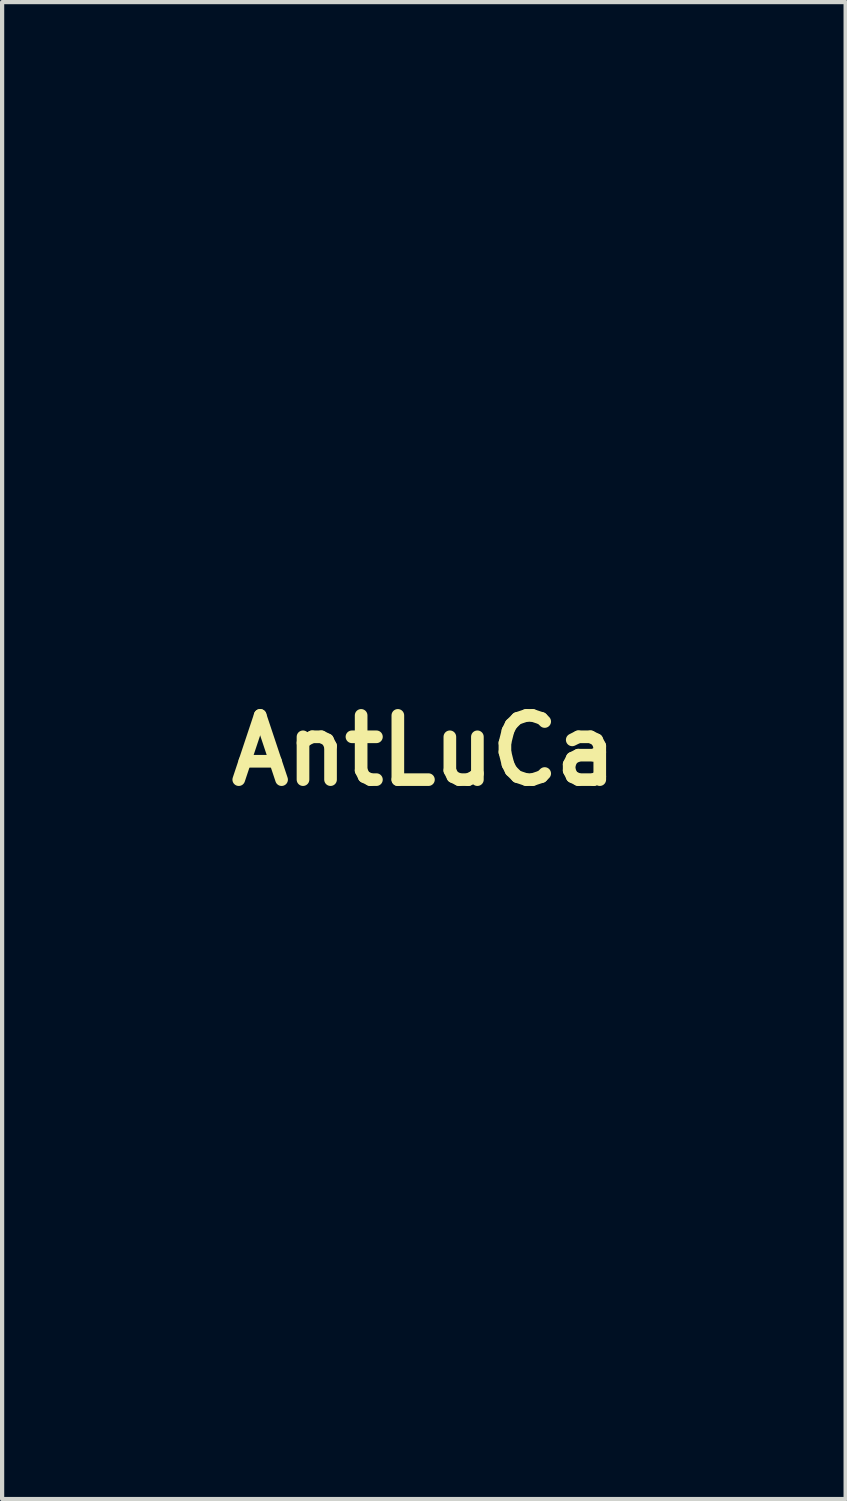
<source format=kicad_pcb>
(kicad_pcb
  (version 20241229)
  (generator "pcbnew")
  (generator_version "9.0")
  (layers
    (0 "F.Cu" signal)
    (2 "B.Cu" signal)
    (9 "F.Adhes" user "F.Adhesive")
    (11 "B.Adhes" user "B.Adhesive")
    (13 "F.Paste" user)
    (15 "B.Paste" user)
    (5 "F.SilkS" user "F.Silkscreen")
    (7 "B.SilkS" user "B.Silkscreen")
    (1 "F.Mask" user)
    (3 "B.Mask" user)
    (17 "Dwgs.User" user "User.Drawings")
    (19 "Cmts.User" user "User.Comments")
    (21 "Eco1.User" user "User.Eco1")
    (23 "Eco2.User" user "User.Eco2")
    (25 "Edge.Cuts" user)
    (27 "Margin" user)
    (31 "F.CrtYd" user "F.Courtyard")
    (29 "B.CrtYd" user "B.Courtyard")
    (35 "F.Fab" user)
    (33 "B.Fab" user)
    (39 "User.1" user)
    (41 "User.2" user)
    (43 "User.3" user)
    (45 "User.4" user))
  (footprint "AntLuCa"
    (layer "F.Cu")
    (at 7.004 14.754)
    (property "Reference" "AntLuCa" (at 0 0 0) (layer "F.SilkS") (effects (font (size 1.524 1.524) (thickness 0.3))))
    (attr through_hole)
    (fp_poly (pts (xy -1.749 -0.5) (xy 7 -0.5) (xy 7 0.5) (xy -1.749 0.5) (xy -1.749 8.001) (xy -2.249 8.001) (xy -2.249 -8.001) (xy -1.749 -8.001) (xy -1.749 -0.5)) (stroke (width 0.01) (type solid)) (fill no) (layer "Eco2.User"))
    (fp_poly (pts (xy 2.389 -11.379) (xy 2.419 -11.375) (xy 2.449 -11.369) (xy 2.478 -11.361) (xy 2.499 -11.354) (xy 2.527 -11.341) (xy 2.554 -11.327) (xy 2.58 -11.31) (xy 2.604 -11.292) (xy 2.626 -11.271) (xy 2.647 -11.249) (xy 2.666 -11.226) (xy 2.683 -11.201) (xy 2.698 -11.175) (xy 2.711 -11.147) (xy 2.722 -11.118) (xy 2.73 -11.088) (xy 2.73 -11.087) (xy 2.733 -11.075) (xy 2.735 -11.064) (xy 2.737 -11.053) (xy 2.738 -11.042) (xy 2.739 -11.031) (xy 2.74 -11.018) (xy 2.74 -11.003) (xy 2.74 -11) (xy 2.74 -10.986) (xy 2.739 -10.974) (xy 2.739 -10.964) (xy 2.738 -10.955) (xy 2.737 -10.946) (xy 2.736 -10.937) (xy 2.734 -10.927) (xy 2.732 -10.92) (xy 2.724 -10.889) (xy 2.714 -10.86) (xy 2.702 -10.832) (xy 2.687 -10.805) (xy 2.671 -10.779) (xy 2.652 -10.755) (xy 2.631 -10.732) (xy 2.609 -10.711) (xy 2.59 -10.696) (xy 2.565 -10.678) (xy 2.538 -10.663) (xy 2.51 -10.65) (xy 2.481 -10.639) (xy 2.452 -10.63) (xy 2.421 -10.624) (xy 2.402 -10.621) (xy 2.393 -10.62) (xy 2.382 -10.62) (xy 2.37 -10.619) (xy 2.357 -10.619) (xy 2.344 -10.62) (xy 2.332 -10.62) (xy 2.322 -10.621) (xy 2.316 -10.621) (xy 2.286 -10.626) (xy 2.256 -10.633) (xy 2.227 -10.643) (xy 2.199 -10.655) (xy 2.172 -10.669) (xy 2.146 -10.685) (xy 2.122 -10.703) (xy 2.099 -10.723) (xy 2.078 -10.744) (xy 2.058 -10.768) (xy 2.04 -10.793) (xy 2.027 -10.816) (xy 2.013 -10.843) (xy 2.002 -10.871) (xy 1.993 -10.9) (xy 1.986 -10.929) (xy 1.982 -10.959) (xy 1.98 -10.99) (xy 1.98 -10.99) (xy 2.106 -10.99) (xy 2.108 -10.965) (xy 2.113 -10.941) (xy 2.12 -10.917) (xy 2.129 -10.894) (xy 2.141 -10.871) (xy 2.144 -10.866) (xy 2.157 -10.847) (xy 2.172 -10.829) (xy 2.188 -10.813) (xy 2.206 -10.797) (xy 2.225 -10.784) (xy 2.232 -10.78) (xy 2.254 -10.768) (xy 2.277 -10.759) (xy 2.3 -10.752) (xy 2.325 -10.748) (xy 2.349 -10.745) (xy 2.374 -10.745) (xy 2.385 -10.746) (xy 2.41 -10.75) (xy 2.434 -10.756) (xy 2.457 -10.764) (xy 2.479 -10.775) (xy 2.5 -10.787) (xy 2.52 -10.802) (xy 2.538 -10.818) (xy 2.555 -10.836) (xy 2.57 -10.855) (xy 2.582 -10.876) (xy 2.593 -10.898) (xy 2.601 -10.917) (xy 2.608 -10.942) (xy 2.612 -10.966) (xy 2.614 -10.991) (xy 2.614 -11.016) (xy 2.611 -11.041) (xy 2.606 -11.065) (xy 2.598 -11.089) (xy 2.588 -11.112) (xy 2.585 -11.118) (xy 2.572 -11.14) (xy 2.557 -11.16) (xy 2.541 -11.178) (xy 2.522 -11.195) (xy 2.503 -11.21) (xy 2.481 -11.223) (xy 2.459 -11.233) (xy 2.436 -11.242) (xy 2.422 -11.246) (xy 2.398 -11.251) (xy 2.373 -11.253) (xy 2.349 -11.253) (xy 2.324 -11.251) (xy 2.3 -11.246) (xy 2.299 -11.246) (xy 2.274 -11.239) (xy 2.251 -11.229) (xy 2.229 -11.217) (xy 2.208 -11.203) (xy 2.189 -11.187) (xy 2.184 -11.182) (xy 2.168 -11.165) (xy 2.154 -11.148) (xy 2.142 -11.129) (xy 2.132 -11.111) (xy 2.122 -11.088) (xy 2.114 -11.064) (xy 2.109 -11.039) (xy 2.106 -11.015) (xy 2.106 -10.99) (xy 1.98 -10.99) (xy 1.98 -11.02) (xy 1.983 -11.05) (xy 1.985 -11.063) (xy 1.991 -11.093) (xy 2 -11.122) (xy 2.011 -11.15) (xy 2.024 -11.177) (xy 2.039 -11.203) (xy 2.056 -11.228) (xy 2.075 -11.251) (xy 2.096 -11.273) (xy 2.118 -11.293) (xy 2.142 -11.311) (xy 2.167 -11.327) (xy 2.194 -11.342) (xy 2.222 -11.354) (xy 2.24 -11.36) (xy 2.269 -11.369) (xy 2.298 -11.375) (xy 2.328 -11.378) (xy 2.359 -11.38) (xy 2.389 -11.379)) (stroke (width 0.01) (type solid)) (fill no) (layer "Eco2.User"))
    (fp_poly (pts (xy 2.394 -12.648) (xy 2.423 -12.644) (xy 2.452 -12.638) (xy 2.481 -12.63) (xy 2.509 -12.62) (xy 2.536 -12.607) (xy 2.562 -12.592) (xy 2.587 -12.575) (xy 2.61 -12.556) (xy 2.633 -12.535) (xy 2.654 -12.511) (xy 2.672 -12.487) (xy 2.689 -12.461) (xy 2.703 -12.434) (xy 2.715 -12.406) (xy 2.725 -12.377) (xy 2.733 -12.346) (xy 2.737 -12.323) (xy 2.738 -12.314) (xy 2.739 -12.302) (xy 2.74 -12.29) (xy 2.74 -12.276) (xy 2.74 -12.262) (xy 2.74 -12.249) (xy 2.739 -12.237) (xy 2.738 -12.226) (xy 2.738 -12.219) (xy 2.732 -12.187) (xy 2.724 -12.157) (xy 2.713 -12.128) (xy 2.701 -12.1) (xy 2.686 -12.073) (xy 2.67 -12.048) (xy 2.651 -12.024) (xy 2.631 -12.002) (xy 2.609 -11.981) (xy 2.585 -11.962) (xy 2.559 -11.945) (xy 2.532 -11.93) (xy 2.528 -11.928) (xy 2.507 -11.918) (xy 2.488 -11.911) (xy 2.467 -11.904) (xy 2.454 -11.901) (xy 2.441 -11.897) (xy 2.43 -11.895) (xy 2.419 -11.893) (xy 2.408 -11.892) (xy 2.396 -11.891) (xy 2.384 -11.89) (xy 2.369 -11.89) (xy 2.365 -11.89) (xy 2.356 -11.89) (xy 2.347 -11.89) (xy 2.34 -11.89) (xy 2.333 -11.89) (xy 2.329 -11.89) (xy 2.327 -11.89) (xy 2.299 -11.894) (xy 2.274 -11.899) (xy 2.251 -11.905) (xy 2.228 -11.912) (xy 2.206 -11.921) (xy 2.197 -11.925) (xy 2.169 -11.94) (xy 2.143 -11.957) (xy 2.119 -11.975) (xy 2.096 -11.995) (xy 2.075 -12.017) (xy 2.056 -12.041) (xy 2.039 -12.065) (xy 2.024 -12.092) (xy 2.011 -12.119) (xy 2 -12.148) (xy 1.991 -12.177) (xy 1.985 -12.208) (xy 1.984 -12.215) (xy 1.982 -12.227) (xy 1.981 -12.24) (xy 1.98 -12.255) (xy 1.98 -12.261) (xy 2.106 -12.261) (xy 2.108 -12.237) (xy 2.112 -12.213) (xy 2.119 -12.189) (xy 2.128 -12.166) (xy 2.139 -12.144) (xy 2.153 -12.123) (xy 2.166 -12.105) (xy 2.183 -12.087) (xy 2.201 -12.071) (xy 2.221 -12.057) (xy 2.242 -12.044) (xy 2.264 -12.034) (xy 2.287 -12.026) (xy 2.311 -12.02) (xy 2.335 -12.016) (xy 2.36 -12.015) (xy 2.384 -12.016) (xy 2.385 -12.016) (xy 2.41 -12.02) (xy 2.434 -12.026) (xy 2.457 -12.034) (xy 2.479 -12.045) (xy 2.5 -12.057) (xy 2.52 -12.072) (xy 2.539 -12.088) (xy 2.555 -12.106) (xy 2.561 -12.114) (xy 2.576 -12.135) (xy 2.588 -12.157) (xy 2.598 -12.18) (xy 2.606 -12.204) (xy 2.609 -12.218) (xy 2.613 -12.243) (xy 2.614 -12.268) (xy 2.613 -12.292) (xy 2.61 -12.317) (xy 2.604 -12.341) (xy 2.596 -12.364) (xy 2.585 -12.387) (xy 2.573 -12.409) (xy 2.558 -12.429) (xy 2.547 -12.442) (xy 2.534 -12.454) (xy 2.52 -12.467) (xy 2.505 -12.478) (xy 2.49 -12.488) (xy 2.487 -12.49) (xy 2.465 -12.501) (xy 2.442 -12.51) (xy 2.418 -12.517) (xy 2.394 -12.521) (xy 2.369 -12.523) (xy 2.345 -12.523) (xy 2.32 -12.52) (xy 2.298 -12.516) (xy 2.274 -12.508) (xy 2.251 -12.499) (xy 2.229 -12.487) (xy 2.209 -12.473) (xy 2.189 -12.457) (xy 2.184 -12.452) (xy 2.168 -12.436) (xy 2.154 -12.418) (xy 2.142 -12.4) (xy 2.132 -12.381) (xy 2.122 -12.358) (xy 2.115 -12.334) (xy 2.109 -12.31) (xy 2.106 -12.286) (xy 2.106 -12.261) (xy 1.98 -12.261) (xy 1.98 -12.27) (xy 1.98 -12.284) (xy 1.981 -12.296) (xy 1.981 -12.301) (xy 1.985 -12.331) (xy 1.991 -12.361) (xy 1.999 -12.39) (xy 2.002 -12.398) (xy 2.006 -12.408) (xy 2.011 -12.42) (xy 2.017 -12.433) (xy 2.024 -12.446) (xy 2.03 -12.458) (xy 2.036 -12.469) (xy 2.042 -12.478) (xy 2.042 -12.478) (xy 2.061 -12.504) (xy 2.081 -12.527) (xy 2.103 -12.549) (xy 2.126 -12.569) (xy 2.151 -12.587) (xy 2.177 -12.603) (xy 2.205 -12.616) (xy 2.216 -12.621) (xy 2.245 -12.632) (xy 2.275 -12.64) (xy 2.304 -12.646) (xy 2.334 -12.649) (xy 2.364 -12.65) (xy 2.394 -12.648)) (stroke (width 0.01) (type solid)) (fill no) (layer "Eco2.User"))
    (fp_poly (pts (xy 2.389 -10.109) (xy 2.419 -10.105) (xy 2.449 -10.099) (xy 2.478 -10.091) (xy 2.499 -10.084) (xy 2.527 -10.071) (xy 2.554 -10.057) (xy 2.58 -10.04) (xy 2.604 -10.022) (xy 2.626 -10.001) (xy 2.647 -9.979) (xy 2.666 -9.956) (xy 2.683 -9.931) (xy 2.698 -9.905) (xy 2.711 -9.877) (xy 2.722 -9.848) (xy 2.73 -9.818) (xy 2.73 -9.817) (xy 2.733 -9.805) (xy 2.735 -9.794) (xy 2.737 -9.783) (xy 2.738 -9.772) (xy 2.739 -9.761) (xy 2.74 -9.748) (xy 2.74 -9.733) (xy 2.74 -9.73) (xy 2.74 -9.716) (xy 2.739 -9.704) (xy 2.739 -9.694) (xy 2.738 -9.685) (xy 2.737 -9.676) (xy 2.736 -9.667) (xy 2.734 -9.657) (xy 2.733 -9.652) (xy 2.725 -9.621) (xy 2.715 -9.592) (xy 2.703 -9.565) (xy 2.689 -9.538) (xy 2.673 -9.513) (xy 2.655 -9.489) (xy 2.636 -9.467) (xy 2.615 -9.446) (xy 2.592 -9.428) (xy 2.568 -9.41) (xy 2.542 -9.395) (xy 2.515 -9.382) (xy 2.488 -9.371) (xy 2.459 -9.362) (xy 2.429 -9.355) (xy 2.398 -9.351) (xy 2.397 -9.351) (xy 2.392 -9.35) (xy 2.385 -9.35) (xy 2.377 -9.35) (xy 2.368 -9.35) (xy 2.359 -9.349) (xy 2.35 -9.349) (xy 2.342 -9.35) (xy 2.335 -9.35) (xy 2.33 -9.35) (xy 2.328 -9.35) (xy 2.325 -9.35) (xy 2.321 -9.351) (xy 2.315 -9.352) (xy 2.313 -9.352) (xy 2.293 -9.355) (xy 2.273 -9.359) (xy 2.252 -9.365) (xy 2.232 -9.371) (xy 2.217 -9.377) (xy 2.189 -9.39) (xy 2.162 -9.404) (xy 2.137 -9.421) (xy 2.113 -9.44) (xy 2.091 -9.461) (xy 2.07 -9.483) (xy 2.051 -9.507) (xy 2.035 -9.532) (xy 2.02 -9.559) (xy 2.007 -9.587) (xy 2 -9.606) (xy 1.992 -9.636) (xy 1.985 -9.666) (xy 1.981 -9.696) (xy 1.98 -9.717) (xy 2.106 -9.717) (xy 2.109 -9.693) (xy 2.113 -9.669) (xy 2.121 -9.645) (xy 2.13 -9.621) (xy 2.142 -9.599) (xy 2.144 -9.596) (xy 2.157 -9.577) (xy 2.172 -9.559) (xy 2.189 -9.542) (xy 2.207 -9.527) (xy 2.226 -9.513) (xy 2.246 -9.502) (xy 2.254 -9.499) (xy 2.269 -9.492) (xy 2.285 -9.487) (xy 2.302 -9.482) (xy 2.319 -9.478) (xy 2.334 -9.476) (xy 2.346 -9.476) (xy 2.359 -9.475) (xy 2.372 -9.475) (xy 2.385 -9.476) (xy 2.385 -9.476) (xy 2.41 -9.48) (xy 2.434 -9.486) (xy 2.458 -9.495) (xy 2.48 -9.505) (xy 2.502 -9.518) (xy 2.521 -9.533) (xy 2.54 -9.55) (xy 2.557 -9.568) (xy 2.572 -9.589) (xy 2.575 -9.593) (xy 2.586 -9.613) (xy 2.596 -9.634) (xy 2.603 -9.656) (xy 2.609 -9.679) (xy 2.613 -9.702) (xy 2.614 -9.725) (xy 2.614 -9.747) (xy 2.614 -9.748) (xy 2.61 -9.774) (xy 2.605 -9.799) (xy 2.597 -9.822) (xy 2.587 -9.845) (xy 2.575 -9.866) (xy 2.56 -9.886) (xy 2.543 -9.906) (xy 2.541 -9.908) (xy 2.522 -9.925) (xy 2.503 -9.94) (xy 2.482 -9.952) (xy 2.46 -9.963) (xy 2.438 -9.971) (xy 2.415 -9.978) (xy 2.391 -9.982) (xy 2.368 -9.983) (xy 2.344 -9.983) (xy 2.32 -9.98) (xy 2.297 -9.976) (xy 2.274 -9.968) (xy 2.251 -9.959) (xy 2.23 -9.947) (xy 2.209 -9.933) (xy 2.208 -9.933) (xy 2.191 -9.919) (xy 2.174 -9.903) (xy 2.16 -9.885) (xy 2.146 -9.866) (xy 2.135 -9.847) (xy 2.131 -9.839) (xy 2.121 -9.815) (xy 2.114 -9.791) (xy 2.109 -9.767) (xy 2.106 -9.742) (xy 2.106 -9.717) (xy 1.98 -9.717) (xy 1.98 -9.727) (xy 1.981 -9.758) (xy 1.984 -9.788) (xy 1.985 -9.793) (xy 1.991 -9.823) (xy 2 -9.852) (xy 2.011 -9.88) (xy 2.024 -9.908) (xy 2.039 -9.933) (xy 2.056 -9.958) (xy 2.075 -9.981) (xy 2.096 -10.003) (xy 2.118 -10.023) (xy 2.142 -10.041) (xy 2.167 -10.057) (xy 2.194 -10.072) (xy 2.222 -10.084) (xy 2.239 -10.09) (xy 2.268 -10.099) (xy 2.298 -10.105) (xy 2.328 -10.108) (xy 2.359 -10.11) (xy 2.389 -10.109)) (stroke (width 0.01) (type solid)) (fill no) (layer "Eco2.User"))
    (fp_poly (pts (xy 7 -0.599) (xy -1.5 -0.599) (xy -1.5 -9.175) (xy -1.239 -9.175) (xy -1.206 -9.175) (xy -1.175 -9.175) (xy -1.146 -9.175) (xy -1.119 -9.175) (xy -1.094 -9.175) (xy -1.071 -9.176) (xy -1.05 -9.176) (xy -1.031 -9.176) (xy -1.015 -9.176) (xy -1.001 -9.176) (xy -0.989 -9.176) (xy -0.98 -9.176) (xy -0.973 -9.176) (xy -0.969 -9.176) (xy -0.967 -9.177) (xy -0.938 -9.181) (xy -0.911 -9.187) (xy -0.884 -9.196) (xy -0.859 -9.207) (xy -0.839 -9.217) (xy -0.814 -9.233) (xy -0.792 -9.25) (xy -0.771 -9.269) (xy -0.752 -9.29) (xy -0.734 -9.312) (xy -0.719 -9.336) (xy -0.709 -9.356) (xy -0.702 -9.37) (xy -0.697 -9.382) (xy -0.693 -9.393) (xy -0.689 -9.405) (xy -0.685 -9.418) (xy -0.685 -9.418) (xy -0.679 -9.447) (xy -0.676 -9.475) (xy -0.675 -9.503) (xy -0.676 -9.532) (xy -0.681 -9.56) (xy -0.685 -9.578) (xy -0.693 -9.605) (xy -0.703 -9.631) (xy -0.715 -9.656) (xy -0.73 -9.68) (xy -0.746 -9.702) (xy -0.764 -9.723) (xy -0.777 -9.736) (xy 0.836 -9.736) (xy 0.837 -9.712) (xy 0.837 -9.712) (xy 0.838 -9.699) (xy 0.84 -9.688) (xy 0.842 -9.676) (xy 0.844 -9.665) (xy 0.845 -9.662) (xy 0.853 -9.638) (xy 0.863 -9.616) (xy 0.875 -9.595) (xy 0.889 -9.574) (xy 0.905 -9.556) (xy 0.923 -9.539) (xy 0.942 -9.523) (xy 0.963 -9.51) (xy 0.982 -9.499) (xy 0.996 -9.493) (xy 1.012 -9.488) (xy 1.029 -9.483) (xy 1.046 -9.479) (xy 1.061 -9.477) (xy 1.064 -9.476) (xy 1.076 -9.476) (xy 1.089 -9.475) (xy 1.102 -9.475) (xy 1.115 -9.476) (xy 1.115 -9.476) (xy 1.14 -9.48) (xy 1.164 -9.486) (xy 1.187 -9.494) (xy 1.209 -9.505) (xy 1.23 -9.517) (xy 1.25 -9.532) (xy 1.268 -9.548) (xy 1.285 -9.566) (xy 1.299 -9.585) (xy 1.312 -9.606) (xy 1.323 -9.628) (xy 1.331 -9.647) (xy 1.338 -9.672) (xy 1.342 -9.697) (xy 1.344 -9.721) (xy 1.344 -9.739) (xy 1.856 -9.739) (xy 1.857 -9.704) (xy 1.86 -9.669) (xy 1.865 -9.635) (xy 1.873 -9.6) (xy 1.881 -9.573) (xy 1.893 -9.539) (xy 1.908 -9.507) (xy 1.925 -9.476) (xy 1.943 -9.446) (xy 1.964 -9.417) (xy 1.987 -9.39) (xy 2.012 -9.365) (xy 2.039 -9.341) (xy 2.067 -9.319) (xy 2.073 -9.315) (xy 2.102 -9.296) (xy 2.133 -9.279) (xy 2.165 -9.264) (xy 2.198 -9.252) (xy 2.232 -9.242) (xy 2.267 -9.234) (xy 2.303 -9.228) (xy 2.325 -9.226) (xy 2.333 -9.226) (xy 2.342 -9.226) (xy 2.352 -9.225) (xy 2.363 -9.225) (xy 2.375 -9.226) (xy 2.386 -9.226) (xy 2.396 -9.226) (xy 2.405 -9.227) (xy 2.41 -9.227) (xy 2.446 -9.232) (xy 2.481 -9.24) (xy 2.515 -9.25) (xy 2.549 -9.262) (xy 2.581 -9.276) (xy 2.613 -9.293) (xy 2.643 -9.312) (xy 2.672 -9.333) (xy 2.676 -9.336) (xy 2.684 -9.343) (xy 2.693 -9.351) (xy 2.703 -9.36) (xy 2.713 -9.37) (xy 2.723 -9.38) (xy 2.733 -9.39) (xy 2.741 -9.4) (xy 2.749 -9.408) (xy 2.75 -9.41) (xy 2.772 -9.438) (xy 2.791 -9.468) (xy 2.809 -9.499) (xy 2.824 -9.531) (xy 2.836 -9.563) (xy 2.847 -9.597) (xy 2.855 -9.63) (xy 2.86 -9.664) (xy 2.864 -9.699) (xy 2.864 -9.734) (xy 2.863 -9.768) (xy 2.859 -9.803) (xy 2.853 -9.838) (xy 2.844 -9.872) (xy 2.836 -9.895) (xy 2.824 -9.928) (xy 2.809 -9.96) (xy 2.792 -9.99) (xy 2.773 -10.019) (xy 2.752 -10.047) (xy 2.729 -10.073) (xy 2.705 -10.097) (xy 2.679 -10.12) (xy 2.652 -10.141) (xy 2.623 -10.16) (xy 2.593 -10.177) (xy 2.562 -10.191) (xy 2.53 -10.204) (xy 2.496 -10.215) (xy 2.462 -10.223) (xy 2.447 -10.226) (xy 2.436 -10.228) (xy 2.427 -10.229) (xy 2.419 -10.23) (xy 2.412 -10.231) (xy 2.404 -10.232) (xy 2.395 -10.232) (xy 2.385 -10.232) (xy 2.374 -10.232) (xy 2.361 -10.233) (xy 2.36 -10.233) (xy 2.345 -10.232) (xy 2.333 -10.232) (xy 2.322 -10.232) (xy 2.312 -10.231) (xy 2.303 -10.231) (xy 2.294 -10.229) (xy 2.285 -10.228) (xy 2.274 -10.226) (xy 2.263 -10.224) (xy 2.261 -10.224) (xy 2.226 -10.215) (xy 2.193 -10.205) (xy 2.16 -10.192) (xy 2.128 -10.177) (xy 2.097 -10.159) (xy 2.068 -10.14) (xy 2.039 -10.118) (xy 2.013 -10.095) (xy 2.005 -10.087) (xy 1.994 -10.076) (xy 1.984 -10.065) (xy 1.975 -10.054) (xy 1.965 -10.043) (xy 1.956 -10.031) (xy 1.936 -10.002) (xy 1.918 -9.971) (xy 1.902 -9.94) (xy 1.889 -9.908) (xy 1.878 -9.875) (xy 1.869 -9.842) (xy 1.862 -9.808) (xy 1.858 -9.773) (xy 1.856 -9.739) (xy 1.344 -9.739) (xy 1.344 -9.746) (xy 1.341 -9.771) (xy 1.336 -9.795) (xy 1.328 -9.819) (xy 1.318 -9.842) (xy 1.315 -9.848) (xy 1.302 -9.87) (xy 1.287 -9.89) (xy 1.27 -9.909) (xy 1.252 -9.926) (xy 1.231 -9.941) (xy 1.21 -9.954) (xy 1.202 -9.958) (xy 1.179 -9.967) (xy 1.156 -9.975) (xy 1.132 -9.98) (xy 1.107 -9.983) (xy 1.083 -9.983) (xy 1.059 -9.982) (xy 1.035 -9.977) (xy 1.011 -9.971) (xy 0.988 -9.962) (xy 0.966 -9.951) (xy 0.945 -9.938) (xy 0.937 -9.932) (xy 0.93 -9.927) (xy 0.923 -9.92) (xy 0.914 -9.912) (xy 0.906 -9.904) (xy 0.899 -9.897) (xy 0.894 -9.891) (xy 0.879 -9.871) (xy 0.867 -9.85) (xy 0.857 -9.829) (xy 0.848 -9.806) (xy 0.842 -9.783) (xy 0.838 -9.759) (xy 0.836 -9.736) (xy -0.777 -9.736) (xy -0.784 -9.742) (xy -0.805 -9.759) (xy -0.828 -9.775) (xy -0.852 -9.788) (xy -0.877 -9.8) (xy -0.904 -9.809) (xy -0.928 -9.816) (xy -0.932 -9.817) (xy -0.936 -9.817) (xy -0.939 -9.818) (xy -0.942 -9.819) (xy -0.945 -9.819) (xy -0.948 -9.82) (xy -0.952 -9.821) (xy -0.956 -9.821) (xy -0.96 -9.821) (xy -0.965 -9.822) (xy -0.97 -9.822) (xy -0.976 -9.822) (xy -0.983 -9.823) (xy -0.991 -9.823) (xy -1 -9.823) (xy -1.011 -9.823) (xy -1.022 -9.823) (xy -1.036 -9.823) (xy -1.05 -9.823) (xy -1.066 -9.824) (xy -1.085 -9.824) (xy -1.104 -9.824) (xy -1.126 -9.824) (xy -1.15 -9.824) (xy -1.177 -9.824) (xy -1.205 -9.824) (xy -1.236 -9.824) (xy -1.5 -9.824) (xy -1.5 -10.175) (xy -1.245 -10.175) (xy -1.209 -10.175) (xy -1.176 -10.175) (xy -1.145 -10.175) (xy -1.117 -10.175) (xy -1.092 -10.175) (xy -1.069 -10.175) (xy -1.048 -10.175) (xy -1.03 -10.175) (xy -1.014 -10.175) (xy -1.001 -10.175) (xy -0.99 -10.176) (xy -0.982 -10.176) (xy -0.976 -10.176) (xy -0.973 -10.176) (xy -0.945 -10.18) (xy -0.917 -10.186) (xy -0.89 -10.194) (xy -0.864 -10.205) (xy -0.839 -10.218) (xy -0.815 -10.232) (xy -0.793 -10.249) (xy -0.772 -10.268) (xy -0.752 -10.289) (xy -0.735 -10.312) (xy -0.727 -10.323) (xy -0.713 -10.346) (xy -0.701 -10.371) (xy -0.692 -10.397) (xy -0.684 -10.425) (xy -0.678 -10.452) (xy -0.677 -10.457) (xy -0.676 -10.466) (xy -0.676 -10.476) (xy -0.675 -10.487) (xy -0.675 -10.499) (xy -0.675 -10.51) (xy -0.676 -10.521) (xy -0.676 -10.531) (xy -0.677 -10.537) (xy -0.682 -10.566) (xy -0.689 -10.595) (xy -0.699 -10.622) (xy -0.711 -10.647) (xy -0.725 -10.672) (xy -0.741 -10.695) (xy -0.759 -10.717) (xy -0.77 -10.728) (xy -0.791 -10.748) (xy -0.813 -10.765) (xy -0.837 -10.78) (xy -0.862 -10.793) (xy -0.889 -10.804) (xy -0.917 -10.813) (xy -0.946 -10.819) (xy -0.954 -10.821) (xy -0.956 -10.821) (xy -0.958 -10.821) (xy -0.96 -10.822) (xy -0.963 -10.822) (xy -0.967 -10.822) (xy -0.971 -10.822) (xy -0.976 -10.822) (xy -0.982 -10.822) (xy -0.988 -10.822) (xy -0.996 -10.823) (xy -1.006 -10.823) (xy -1.016 -10.823) (xy -1.028 -10.823) (xy -1.042 -10.823) (xy -1.057 -10.823) (xy -1.074 -10.823) (xy -1.093 -10.823) (xy -1.114 -10.823) (xy -1.137 -10.823) (xy -1.162 -10.823) (xy -1.189 -10.823) (xy -1.219 -10.823) (xy -1.233 -10.823) (xy -1.5 -10.824) (xy -1.499 -11.016) (xy 1.856 -11.016) (xy 1.856 -10.982) (xy 1.859 -10.947) (xy 1.863 -10.913) (xy 1.871 -10.879) (xy 1.88 -10.845) (xy 1.881 -10.843) (xy 1.893 -10.81) (xy 1.908 -10.777) (xy 1.924 -10.746) (xy 1.943 -10.717) (xy 1.963 -10.689) (xy 1.985 -10.663) (xy 2.009 -10.638) (xy 2.034 -10.615) (xy 2.061 -10.594) (xy 2.089 -10.574) (xy 2.119 -10.557) (xy 2.149 -10.541) (xy 2.181 -10.528) (xy 2.214 -10.517) (xy 2.248 -10.508) (xy 2.283 -10.501) (xy 2.318 -10.497) (xy 2.325 -10.496) (xy 2.332 -10.496) (xy 2.341 -10.495) (xy 2.352 -10.495) (xy 2.364 -10.495) (xy 2.375 -10.496) (xy 2.387 -10.496) (xy 2.397 -10.496) (xy 2.406 -10.497) (xy 2.41 -10.497) (xy 2.445 -10.502) (xy 2.48 -10.51) (xy 2.515 -10.519) (xy 2.548 -10.532) (xy 2.581 -10.546) (xy 2.612 -10.562) (xy 2.642 -10.581) (xy 2.649 -10.586) (xy 2.665 -10.598) (xy 2.681 -10.611) (xy 2.698 -10.626) (xy 2.714 -10.641) (xy 2.73 -10.657) (xy 2.744 -10.672) (xy 2.754 -10.684) (xy 2.775 -10.713) (xy 2.794 -10.742) (xy 2.811 -10.773) (xy 2.825 -10.805) (xy 2.838 -10.837) (xy 2.848 -10.87) (xy 2.855 -10.904) (xy 2.861 -10.938) (xy 2.864 -10.972) (xy 2.864 -11.007) (xy 2.863 -11.041) (xy 2.859 -11.076) (xy 2.852 -11.11) (xy 2.843 -11.144) (xy 2.832 -11.177) (xy 2.825 -11.194) (xy 2.811 -11.226) (xy 2.794 -11.257) (xy 2.775 -11.286) (xy 2.754 -11.314) (xy 2.731 -11.34) (xy 2.707 -11.365) (xy 2.681 -11.388) (xy 2.654 -11.409) (xy 2.625 -11.428) (xy 2.595 -11.445) (xy 2.564 -11.461) (xy 2.532 -11.474) (xy 2.498 -11.484) (xy 2.464 -11.493) (xy 2.447 -11.496) (xy 2.436 -11.498) (xy 2.427 -11.499) (xy 2.419 -11.5) (xy 2.412 -11.501) (xy 2.404 -11.502) (xy 2.395 -11.502) (xy 2.385 -11.502) (xy 2.374 -11.502) (xy 2.361 -11.502) (xy 2.36 -11.502) (xy 2.345 -11.502) (xy 2.333 -11.502) (xy 2.322 -11.502) (xy 2.312 -11.501) (xy 2.303 -11.501) (xy 2.294 -11.499) (xy 2.285 -11.498) (xy 2.274 -11.496) (xy 2.263 -11.494) (xy 2.261 -11.494) (xy 2.226 -11.485) (xy 2.192 -11.475) (xy 2.16 -11.462) (xy 2.128 -11.447) (xy 2.097 -11.429) (xy 2.067 -11.41) (xy 2.039 -11.388) (xy 2.013 -11.364) (xy 2.005 -11.357) (xy 1.981 -11.331) (xy 1.959 -11.304) (xy 1.939 -11.276) (xy 1.921 -11.246) (xy 1.905 -11.215) (xy 1.891 -11.184) (xy 1.879 -11.151) (xy 1.87 -11.118) (xy 1.863 -11.085) (xy 1.859 -11.051) (xy 1.856 -11.016) (xy -1.499 -11.016) (xy -1.499 -11.175) (xy -1.23 -11.176) (xy -0.961 -11.176) (xy -0.946 -11.179) (xy -0.922 -11.184) (xy -0.899 -11.191) (xy -0.878 -11.199) (xy -0.857 -11.208) (xy -0.856 -11.209) (xy -0.83 -11.223) (xy -0.807 -11.238) (xy -0.785 -11.256) (xy -0.765 -11.275) (xy -0.746 -11.297) (xy -0.734 -11.312) (xy -0.719 -11.335) (xy -0.706 -11.36) (xy -0.695 -11.386) (xy -0.687 -11.412) (xy -0.68 -11.439) (xy -0.676 -11.467) (xy -0.675 -11.494) (xy -0.676 -11.522) (xy -0.679 -11.55) (xy -0.679 -11.554) (xy -0.686 -11.583) (xy -0.694 -11.61) (xy -0.705 -11.636) (xy -0.718 -11.661) (xy -0.733 -11.685) (xy -0.75 -11.707) (xy -0.769 -11.727) (xy -0.789 -11.746) (xy -0.812 -11.764) (xy -0.836 -11.779) (xy -0.857 -11.79) (xy -0.874 -11.798) (xy -0.892 -11.805) (xy -0.909 -11.811) (xy -0.929 -11.816) (xy -0.946 -11.82) (xy -0.961 -11.822) (xy -1.5 -11.823) (xy -1.5 -12.175) (xy -1.233 -12.175) (xy -1.203 -12.175) (xy -1.174 -12.175) (xy -1.148 -12.175) (xy -1.124 -12.175) (xy -1.102 -12.175) (xy -1.082 -12.175) (xy -1.064 -12.176) (xy -1.048 -12.176) (xy -1.033 -12.176) (xy -1.02 -12.176) (xy -1.009 -12.176) (xy -0.999 -12.176) (xy -0.989 -12.176) (xy -0.982 -12.176) (xy -0.975 -12.177) (xy -0.969 -12.177) (xy -0.963 -12.177) (xy -0.959 -12.177) (xy -0.955 -12.178) (xy -0.951 -12.178) (xy -0.948 -12.179) (xy -0.945 -12.179) (xy -0.942 -12.18) (xy -0.939 -12.18) (xy -0.936 -12.181) (xy -0.933 -12.182) (xy -0.929 -12.183) (xy -0.929 -12.183) (xy -0.903 -12.189) (xy -0.877 -12.199) (xy -0.852 -12.21) (xy -0.828 -12.224) (xy -0.805 -12.24) (xy -0.784 -12.257) (xy -0.77 -12.27) (xy -0.765 -12.275) (xy 0.836 -12.275) (xy 0.837 -12.25) (xy 0.84 -12.225) (xy 0.845 -12.202) (xy 0.853 -12.178) (xy 0.863 -12.156) (xy 0.875 -12.135) (xy 0.889 -12.114) (xy 0.905 -12.095) (xy 0.911 -12.09) (xy 0.929 -12.073) (xy 0.949 -12.058) (xy 0.971 -12.045) (xy 0.993 -12.035) (xy 1.016 -12.026) (xy 1.04 -12.02) (xy 1.064 -12.016) (xy 1.089 -12.015) (xy 1.114 -12.016) (xy 1.115 -12.016) (xy 1.14 -12.02) (xy 1.164 -12.026) (xy 1.188 -12.035) (xy 1.21 -12.045) (xy 1.229 -12.056) (xy 1.25 -12.071) (xy 1.268 -12.088) (xy 1.285 -12.105) (xy 1.299 -12.124) (xy 1.312 -12.145) (xy 1.323 -12.166) (xy 1.331 -12.188) (xy 1.338 -12.211) (xy 1.342 -12.234) (xy 1.344 -12.258) (xy 1.344 -12.265) (xy 1.856 -12.265) (xy 1.857 -12.23) (xy 1.861 -12.195) (xy 1.868 -12.161) (xy 1.877 -12.126) (xy 1.881 -12.113) (xy 1.893 -12.079) (xy 1.908 -12.047) (xy 1.925 -12.016) (xy 1.943 -11.986) (xy 1.964 -11.957) (xy 1.987 -11.93) (xy 2.012 -11.905) (xy 2.039 -11.881) (xy 2.059 -11.865) (xy 2.087 -11.845) (xy 2.117 -11.828) (xy 2.148 -11.812) (xy 2.18 -11.799) (xy 2.212 -11.787) (xy 2.246 -11.778) (xy 2.279 -11.771) (xy 2.314 -11.767) (xy 2.348 -11.765) (xy 2.382 -11.765) (xy 2.393 -11.766) (xy 2.43 -11.77) (xy 2.465 -11.776) (xy 2.5 -11.785) (xy 2.533 -11.796) (xy 2.566 -11.809) (xy 2.598 -11.824) (xy 2.629 -11.842) (xy 2.658 -11.863) (xy 2.677 -11.877) (xy 2.685 -11.884) (xy 2.695 -11.893) (xy 2.705 -11.902) (xy 2.716 -11.913) (xy 2.726 -11.923) (xy 2.736 -11.934) (xy 2.745 -11.944) (xy 2.753 -11.952) (xy 2.754 -11.954) (xy 2.775 -11.983) (xy 2.794 -12.012) (xy 2.811 -12.043) (xy 2.825 -12.075) (xy 2.838 -12.107) (xy 2.848 -12.14) (xy 2.855 -12.174) (xy 2.861 -12.208) (xy 2.864 -12.242) (xy 2.864 -12.277) (xy 2.863 -12.311) (xy 2.859 -12.345) (xy 2.852 -12.38) (xy 2.843 -12.413) (xy 2.832 -12.447) (xy 2.825 -12.464) (xy 2.811 -12.496) (xy 2.794 -12.526) (xy 2.775 -12.556) (xy 2.754 -12.584) (xy 2.732 -12.61) (xy 2.707 -12.635) (xy 2.682 -12.658) (xy 2.654 -12.679) (xy 2.626 -12.698) (xy 2.596 -12.715) (xy 2.565 -12.73) (xy 2.533 -12.743) (xy 2.5 -12.754) (xy 2.466 -12.762) (xy 2.447 -12.766) (xy 2.437 -12.768) (xy 2.428 -12.769) (xy 2.419 -12.77) (xy 2.412 -12.771) (xy 2.404 -12.772) (xy 2.395 -12.772) (xy 2.386 -12.772) (xy 2.375 -12.772) (xy 2.361 -12.772) (xy 2.36 -12.772) (xy 2.345 -12.772) (xy 2.333 -12.772) (xy 2.322 -12.772) (xy 2.313 -12.771) (xy 2.304 -12.771) (xy 2.295 -12.769) (xy 2.286 -12.768) (xy 2.276 -12.766) (xy 2.266 -12.765) (xy 2.232 -12.757) (xy 2.198 -12.746) (xy 2.165 -12.734) (xy 2.133 -12.719) (xy 2.103 -12.703) (xy 2.073 -12.684) (xy 2.045 -12.663) (xy 2.019 -12.64) (xy 1.994 -12.616) (xy 1.971 -12.589) (xy 1.95 -12.562) (xy 1.93 -12.532) (xy 1.913 -12.502) (xy 1.898 -12.47) (xy 1.885 -12.437) (xy 1.874 -12.403) (xy 1.866 -12.369) (xy 1.86 -12.335) (xy 1.857 -12.3) (xy 1.856 -12.265) (xy 1.344 -12.265) (xy 1.344 -12.282) (xy 1.342 -12.305) (xy 1.337 -12.329) (xy 1.33 -12.353) (xy 1.321 -12.376) (xy 1.315 -12.388) (xy 1.302 -12.41) (xy 1.287 -12.43) (xy 1.271 -12.448) (xy 1.252 -12.465) (xy 1.233 -12.48) (xy 1.211 -12.493) (xy 1.189 -12.503) (xy 1.166 -12.512) (xy 1.152 -12.516) (xy 1.128 -12.521) (xy 1.104 -12.523) (xy 1.079 -12.523) (xy 1.054 -12.521) (xy 1.031 -12.516) (xy 1.028 -12.516) (xy 1.004 -12.508) (xy 0.981 -12.499) (xy 0.959 -12.487) (xy 0.939 -12.473) (xy 0.919 -12.457) (xy 0.915 -12.452) (xy 0.897 -12.434) (xy 0.882 -12.414) (xy 0.869 -12.393) (xy 0.858 -12.371) (xy 0.849 -12.349) (xy 0.842 -12.324) (xy 0.838 -12.3) (xy 0.836 -12.275) (xy -0.765 -12.275) (xy -0.751 -12.291) (xy -0.733 -12.314) (xy -0.718 -12.337) (xy -0.705 -12.362) (xy -0.694 -12.389) (xy -0.686 -12.416) (xy -0.679 -12.445) (xy -0.677 -12.462) (xy -0.676 -12.47) (xy -0.675 -12.48) (xy -0.675 -12.491) (xy -0.675 -12.503) (xy -0.675 -12.514) (xy -0.676 -12.525) (xy -0.677 -12.535) (xy -0.677 -12.541) (xy -0.683 -12.57) (xy -0.69 -12.598) (xy -0.701 -12.625) (xy -0.713 -12.651) (xy -0.727 -12.676) (xy -0.744 -12.699) (xy -0.748 -12.704) (xy -0.752 -12.709) (xy -0.758 -12.716) (xy -0.765 -12.723) (xy -0.771 -12.729) (xy -0.774 -12.732) (xy -0.795 -12.751) (xy -0.818 -12.768) (xy -0.842 -12.783) (xy -0.867 -12.795) (xy -0.894 -12.806) (xy -0.921 -12.814) (xy -0.949 -12.82) (xy -0.973 -12.822) (xy -0.977 -12.823) (xy -0.983 -12.823) (xy -0.991 -12.823) (xy -1.002 -12.823) (xy -1.015 -12.823) (xy -1.031 -12.823) (xy -1.049 -12.823) (xy -1.07 -12.824) (xy -1.093 -12.824) (xy -1.119 -12.824) (xy -1.147 -12.824) (xy -1.178 -12.824) (xy -1.212 -12.824) (xy -1.245 -12.824) (xy -1.5 -12.824) (xy -1.5 -13.248) (xy -3.873 -13.248) (xy -3.873 -12.75) (xy -2.423 -12.75) (xy -2.35 -12.75) (xy -2.279 -12.75) (xy -2.211 -12.75) (xy -2.145 -12.75) (xy -2.081 -12.75) (xy -2.02 -12.75) (xy -1.961 -12.75) (xy -1.904 -12.75) (xy -1.85 -12.75) (xy -1.797 -12.75) (xy -1.747 -12.75) (xy -1.699 -12.75) (xy -1.652 -12.75) (xy -1.608 -12.75) (xy -1.566 -12.749) (xy -1.525 -12.749) (xy -1.487 -12.749) (xy -1.45 -12.749) (xy -1.415 -12.749) (xy -1.382 -12.749) (xy -1.35 -12.749) (xy -1.32 -12.749) (xy -1.292 -12.749) (xy -1.265 -12.749) (xy -1.24 -12.749) (xy -1.216 -12.749) (xy -1.193 -12.749) (xy -1.172 -12.749) (xy -1.152 -12.749) (xy -1.134 -12.749) (xy -1.116 -12.749) (xy -1.1 -12.749) (xy -1.085 -12.749) (xy -1.072 -12.749) (xy -1.059 -12.749) (xy -1.047 -12.749) (xy -1.036 -12.749) (xy -1.027 -12.749) (xy -1.018 -12.749) (xy -1.01 -12.748) (xy -1.002 -12.748) (xy -0.996 -12.748) (xy -0.99 -12.748) (xy -0.985 -12.748) (xy -0.981 -12.748) (xy -0.977 -12.748) (xy -0.973 -12.748) (xy -0.971 -12.748) (xy -0.968 -12.748) (xy -0.966 -12.748) (xy -0.965 -12.748) (xy -0.963 -12.748) (xy -0.962 -12.747) (xy -0.962 -12.747) (xy -0.936 -12.742) (xy -0.912 -12.734) (xy -0.89 -12.725) (xy -0.869 -12.713) (xy -0.848 -12.699) (xy -0.845 -12.697) (xy -0.839 -12.692) (xy -0.832 -12.686) (xy -0.824 -12.678) (xy -0.817 -12.671) (xy -0.81 -12.664) (xy -0.805 -12.657) (xy -0.805 -12.657) (xy -0.79 -12.637) (xy -0.778 -12.616) (xy -0.767 -12.594) (xy -0.759 -12.572) (xy -0.754 -12.549) (xy -0.75 -12.525) (xy -0.749 -12.502) (xy -0.75 -12.478) (xy -0.753 -12.455) (xy -0.758 -12.432) (xy -0.765 -12.409) (xy -0.775 -12.387) (xy -0.787 -12.366) (xy -0.8 -12.346) (xy -0.817 -12.328) (xy -0.822 -12.322) (xy -0.84 -12.306) (xy -0.859 -12.291) (xy -0.879 -12.279) (xy -0.901 -12.269) (xy -0.924 -12.261) (xy -0.948 -12.254) (xy -0.96 -12.251) (xy -0.961 -12.251) (xy -0.962 -12.251) (xy -0.963 -12.251) (xy -0.964 -12.251) (xy -0.965 -12.251) (xy -0.967 -12.251) (xy -0.969 -12.251) (xy -0.972 -12.251) (xy -0.975 -12.251) (xy -0.979 -12.25) (xy -0.983 -12.25) (xy -0.987 -12.25) (xy -0.993 -12.25) (xy -0.999 -12.25) (xy -1.005 -12.25) (xy -1.013 -12.25) (xy -1.021 -12.25) (xy -1.03 -12.25) (xy -1.04 -12.25) (xy -1.051 -12.25) (xy -1.063 -12.25) (xy -1.076 -12.25) (xy -1.09 -12.25) (xy -1.105 -12.25) (xy -1.121 -12.25) (xy -1.138 -12.25) (xy -1.157 -12.249) (xy -1.177 -12.249) (xy -1.198 -12.249) (xy -1.221 -12.249) (xy -1.244 -12.249) (xy -1.27 -12.249) (xy -1.297 -12.249) (xy -1.325 -12.249) (xy -1.355 -12.249) (xy -1.387 -12.249) (xy -1.421 -12.249) (xy -1.456 -12.249) (xy -1.492 -12.249) (xy -1.531 -12.249) (xy -1.572 -12.249) (xy -1.614 -12.249) (xy -1.658 -12.249) (xy -1.705 -12.249) (xy -1.753 -12.249) (xy -1.803 -12.249) (xy -1.856 -12.249) (xy -1.91 -12.249) (xy -1.967 -12.249) (xy -2.026 -12.249) (xy -2.088 -12.249) (xy -2.151 -12.249) (xy -2.218 -12.249) (xy -2.286 -12.249) (xy -2.357 -12.249) (xy -2.423 -12.249) (xy -3.873 -12.249) (xy -3.873 -11.749) (xy -2.421 -11.749) (xy -0.968 -11.749) (xy -0.954 -11.746) (xy -0.929 -11.74) (xy -0.904 -11.731) (xy -0.882 -11.72) (xy -0.86 -11.708) (xy -0.848 -11.699) (xy -0.829 -11.683) (xy -0.812 -11.666) (xy -0.797 -11.647) (xy -0.783 -11.627) (xy -0.772 -11.605) (xy -0.763 -11.583) (xy -0.756 -11.559) (xy -0.751 -11.535) (xy -0.749 -11.511) (xy -0.749 -11.486) (xy -0.749 -11.482) (xy -0.752 -11.457) (xy -0.758 -11.433) (xy -0.765 -11.41) (xy -0.775 -11.387) (xy -0.786 -11.367) (xy -0.8 -11.347) (xy -0.815 -11.329) (xy -0.832 -11.312) (xy -0.851 -11.297) (xy -0.871 -11.284) (xy -0.892 -11.273) (xy -0.915 -11.264) (xy -0.938 -11.256) (xy -0.963 -11.251) (xy -0.97 -11.25) (xy -0.972 -11.25) (xy -0.976 -11.25) (xy -0.981 -11.25) (xy -0.989 -11.25) (xy -0.999 -11.25) (xy -1.011 -11.25) (xy -1.025 -11.25) (xy -1.042 -11.25) (xy -1.06 -11.25) (xy -1.081 -11.25) (xy -1.103 -11.25) (xy -1.128 -11.25) (xy -1.156 -11.25) (xy -1.185 -11.25) (xy -1.217 -11.25) (xy -1.25 -11.249) (xy -1.287 -11.249) (xy -1.325 -11.249) (xy -1.366 -11.249) (xy -1.409 -11.249) (xy -1.454 -11.249) (xy -1.502 -11.249) (xy -1.552 -11.249) (xy -1.604 -11.249) (xy -1.659 -11.249) (xy -1.716 -11.249) (xy -1.775 -11.249) (xy -1.837 -11.249) (xy -1.902 -11.249) (xy -1.969 -11.249) (xy -2.038 -11.249) (xy -2.11 -11.249) (xy -2.184 -11.249) (xy -2.26 -11.249) (xy -2.34 -11.249) (xy -2.421 -11.249) (xy -2.427 -11.249) (xy -3.873 -11.249) (xy -3.873 -10.75) (xy -2.422 -10.75) (xy -0.971 -10.749) (xy -0.957 -10.747) (xy -0.942 -10.743) (xy -0.928 -10.74) (xy -0.915 -10.735) (xy -0.904 -10.731) (xy -0.881 -10.72) (xy -0.86 -10.708) (xy -0.84 -10.693) (xy -0.823 -10.677) (xy -0.807 -10.66) (xy -0.792 -10.641) (xy -0.78 -10.621) (xy -0.77 -10.599) (xy -0.761 -10.577) (xy -0.755 -10.554) (xy -0.751 -10.531) (xy -0.749 -10.507) (xy -0.749 -10.482) (xy -0.752 -10.458) (xy -0.756 -10.437) (xy -0.763 -10.415) (xy -0.772 -10.394) (xy -0.783 -10.373) (xy -0.795 -10.353) (xy -0.805 -10.341) (xy -0.81 -10.335) (xy -0.817 -10.328) (xy -0.824 -10.32) (xy -0.832 -10.313) (xy -0.839 -10.307) (xy -0.845 -10.302) (xy -0.845 -10.302) (xy -0.866 -10.287) (xy -0.888 -10.275) (xy -0.911 -10.265) (xy -0.935 -10.257) (xy -0.96 -10.252) (xy -0.978 -10.25) (xy -0.981 -10.25) (xy -0.985 -10.25) (xy -0.991 -10.25) (xy -1 -10.249) (xy -1.011 -10.249) (xy -1.025 -10.249) (xy -1.041 -10.249) (xy -1.059 -10.249) (xy -1.079 -10.249) (xy -1.102 -10.249) (xy -1.127 -10.249) (xy -1.154 -10.249) (xy -1.184 -10.249) (xy -1.216 -10.249) (xy -1.25 -10.249) (xy -1.287 -10.249) (xy -1.327 -10.249) (xy -1.368 -10.249) (xy -1.412 -10.249) (xy -1.459 -10.249) (xy -1.508 -10.249) (xy -1.559 -10.249) (xy -1.613 -10.249) (xy -1.669 -10.249) (xy -1.727 -10.249) (xy -1.789 -10.248) (xy -1.852 -10.248) (xy -1.918 -10.248) (xy -1.987 -10.248) (xy -2.058 -10.248) (xy -2.131 -10.248) (xy -2.207 -10.248) (xy -2.286 -10.248) (xy -2.367 -10.248) (xy -2.434 -10.248) (xy -3.873 -10.248) (xy -3.873 -9.751) (xy -2.44 -9.751) (xy -2.358 -9.751) (xy -2.279 -9.751) (xy -2.201 -9.751) (xy -2.126 -9.751) (xy -2.054 -9.751) (xy -1.984 -9.751) (xy -1.916 -9.751) (xy -1.85 -9.75) (xy -1.787 -9.75) (xy -1.726 -9.75) (xy -1.667 -9.75) (xy -1.611 -9.75) (xy -1.557 -9.75) (xy -1.505 -9.75) (xy -1.456 -9.75) (xy -1.409 -9.75) (xy -1.365 -9.75) (xy -1.323 -9.75) (xy -1.284 -9.75) (xy -1.246 -9.75) (xy -1.212 -9.75) (xy -1.179 -9.75) (xy -1.15 -9.75) (xy -1.122 -9.75) (xy -1.097 -9.75) (xy -1.075 -9.75) (xy -1.055 -9.75) (xy -1.038 -9.75) (xy -1.023 -9.75) (xy -1.01 -9.75) (xy -1 -9.749) (xy -0.993 -9.749) (xy -0.988 -9.749) (xy -0.986 -9.749) (xy -0.96 -9.747) (xy -0.935 -9.741) (xy -0.911 -9.734) (xy -0.889 -9.724) (xy -0.867 -9.712) (xy -0.846 -9.698) (xy -0.827 -9.682) (xy -0.827 -9.681) (xy -0.81 -9.664) (xy -0.795 -9.644) (xy -0.781 -9.623) (xy -0.77 -9.601) (xy -0.762 -9.579) (xy -0.755 -9.555) (xy -0.751 -9.531) (xy -0.749 -9.506) (xy -0.749 -9.482) (xy -0.752 -9.457) (xy -0.758 -9.433) (xy -0.765 -9.41) (xy -0.775 -9.388) (xy -0.786 -9.367) (xy -0.8 -9.347) (xy -0.815 -9.329) (xy -0.832 -9.313) (xy -0.851 -9.298) (xy -0.87 -9.284) (xy -0.892 -9.273) (xy -0.914 -9.264) (xy -0.938 -9.257) (xy -0.962 -9.252) (xy -0.973 -9.25) (xy -0.975 -9.25) (xy -0.978 -9.25) (xy -0.984 -9.25) (xy -0.992 -9.25) (xy -1.001 -9.25) (xy -1.013 -9.25) (xy -1.027 -9.25) (xy -1.042 -9.25) (xy -1.06 -9.25) (xy -1.08 -9.25) (xy -1.102 -9.25) (xy -1.126 -9.25) (xy -1.152 -9.249) (xy -1.181 -9.249) (xy -1.211 -9.249) (xy -1.244 -9.249) (xy -1.279 -9.249) (xy -1.316 -9.249) (xy -1.356 -9.249) (xy -1.397 -9.249) (xy -1.441 -9.249) (xy -1.488 -9.249) (xy -1.536 -9.249) (xy -1.587 -9.249) (xy -1.64 -9.249) (xy -1.696 -9.249) (xy -1.754 -9.249) (xy -1.814 -9.249) (xy -1.877 -9.249) (xy -1.942 -9.249) (xy -2.009 -9.249) (xy -2.079 -9.249) (xy -2.152 -9.249) (xy -2.227 -9.249) (xy -2.304 -9.249) (xy -2.384 -9.249) (xy -3.873 -9.249) (xy -3.873 13.248) (xy -1.5 13.248) (xy -1.5 0.599) (xy 7 0.599) (xy 7 14.749) (xy -6.999 14.749) (xy -6.999 -14.749) (xy 7 -14.749) (xy 7 -0.599)) (stroke (width 0.01) (type solid)) (fill no) (layer "Eco2.User")))
  (gr_rect
    (start -3 -3)
    (end 17.009 32.508)
    (stroke (width 0.1) (type default))
    (fill no)
    (layer "Edge.Cuts")))
</source>
